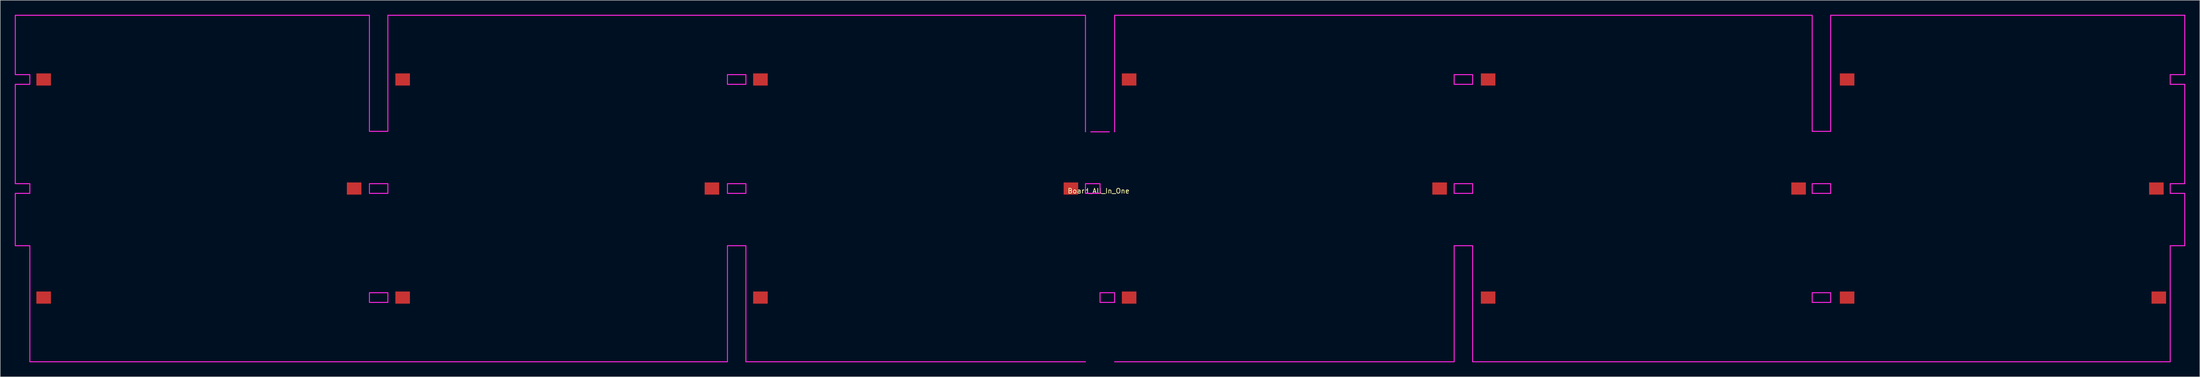
<source format=kicad_pcb>
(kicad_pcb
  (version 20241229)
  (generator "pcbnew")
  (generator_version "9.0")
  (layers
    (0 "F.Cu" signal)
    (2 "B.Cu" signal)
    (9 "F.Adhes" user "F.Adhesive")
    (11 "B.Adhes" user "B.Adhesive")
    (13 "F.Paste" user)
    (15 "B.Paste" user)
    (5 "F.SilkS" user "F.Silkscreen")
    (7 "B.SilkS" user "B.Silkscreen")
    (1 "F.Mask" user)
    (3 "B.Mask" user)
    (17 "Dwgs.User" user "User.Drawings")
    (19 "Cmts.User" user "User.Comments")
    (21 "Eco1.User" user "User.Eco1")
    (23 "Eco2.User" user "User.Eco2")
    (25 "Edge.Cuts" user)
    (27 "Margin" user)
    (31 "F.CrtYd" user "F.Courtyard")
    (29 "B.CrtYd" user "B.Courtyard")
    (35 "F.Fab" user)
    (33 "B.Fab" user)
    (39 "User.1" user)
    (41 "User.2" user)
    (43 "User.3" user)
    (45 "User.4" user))
  (footprint "Board_All_In_One"
    (layer "F.Cu")
    (at 223.7 35.85)
    (property "Reference" "Board_All_In_One" (at -0.3 0.5 0) (layer "F.SilkS") (effects (font (size 1 1) (thickness 0.153))))
    (attr through_hole)
    (fp_line (start -223.6 -35.75) (end -223.6 -23.5) (stroke (width 0.2) (type solid)) (layer "F.CrtYd"))
    (fp_line (start -223.6 -23.5) (end -220.6 -23.5) (stroke (width 0.2) (type solid)) (layer "F.CrtYd"))
    (fp_line (start -223.6 -21.5) (end -223.6 -1) (stroke (width 0.2) (type solid)) (layer "F.CrtYd"))
    (fp_line (start -223.6 -1) (end -220.6 -1) (stroke (width 0.2) (type solid)) (layer "F.CrtYd"))
    (fp_line (start -223.6 1) (end -223.6 11.8) (stroke (width 0.2) (type solid)) (layer "F.CrtYd"))
    (fp_line (start -223.6 11.8) (end -220.6 11.8) (stroke (width 0.2) (type solid)) (layer "F.CrtYd"))
    (fp_line (start -220.6 -23.5) (end -220.6 -21.5) (stroke (width 0.2) (type solid)) (layer "F.CrtYd"))
    (fp_line (start -220.6 -21.5) (end -223.6 -21.5) (stroke (width 0.2) (type solid)) (layer "F.CrtYd"))
    (fp_line (start -220.6 -1) (end -220.6 1) (stroke (width 0.2) (type solid)) (layer "F.CrtYd"))
    (fp_line (start -220.6 1) (end -223.6 1) (stroke (width 0.2) (type solid)) (layer "F.CrtYd"))
    (fp_line (start -220.6 11.8) (end -220.6 35.75) (stroke (width 0.2) (type solid)) (layer "F.CrtYd"))
    (fp_line (start -220.6 35.75) (end -76.8 35.75) (stroke (width 0.2) (type solid)) (layer "F.CrtYd"))
    (fp_line (start -150.6 -35.75) (end -223.6 -35.75) (stroke (width 0.2) (type solid)) (layer "F.CrtYd"))
    (fp_line (start -150.6 -11.8) (end -150.6 -35.75) (stroke (width 0.2) (type solid)) (layer "F.CrtYd"))
    (fp_line (start -150.6 -1) (end -146.8 -1) (stroke (width 0.2) (type solid)) (layer "F.CrtYd"))
    (fp_line (start -150.6 1) (end -150.6 -1) (stroke (width 0.2) (type solid)) (layer "F.CrtYd"))
    (fp_line (start -150.6 21.5) (end -146.8 21.5) (stroke (width 0.2) (type solid)) (layer "F.CrtYd"))
    (fp_line (start -150.6 23.5) (end -150.6 21.5) (stroke (width 0.2) (type solid)) (layer "F.CrtYd"))
    (fp_line (start -146.8 -35.75) (end -146.8 -11.8) (stroke (width 0.2) (type solid)) (layer "F.CrtYd"))
    (fp_line (start -146.8 -11.8) (end -150.6 -11.8) (stroke (width 0.2) (type solid)) (layer "F.CrtYd"))
    (fp_line (start -146.8 -1) (end -146.8 1) (stroke (width 0.2) (type solid)) (layer "F.CrtYd"))
    (fp_line (start -146.8 1) (end -150.6 1) (stroke (width 0.2) (type solid)) (layer "F.CrtYd"))
    (fp_line (start -146.8 21.5) (end -146.8 23.5) (stroke (width 0.2) (type solid)) (layer "F.CrtYd"))
    (fp_line (start -146.8 23.5) (end -150.6 23.5) (stroke (width 0.2) (type solid)) (layer "F.CrtYd"))
    (fp_line (start -76.8 -23.5) (end -73 -23.5) (stroke (width 0.2) (type solid)) (layer "F.CrtYd"))
    (fp_line (start -76.8 -21.5) (end -76.8 -23.5) (stroke (width 0.2) (type solid)) (layer "F.CrtYd"))
    (fp_line (start -76.8 -1) (end -73 -1) (stroke (width 0.2) (type solid)) (layer "F.CrtYd"))
    (fp_line (start -76.8 1) (end -76.8 -1) (stroke (width 0.2) (type solid)) (layer "F.CrtYd"))
    (fp_line (start -76.8 11.8) (end -73 11.8) (stroke (width 0.2) (type solid)) (layer "F.CrtYd"))
    (fp_line (start -76.8 35.75) (end -76.8 11.8) (stroke (width 0.2) (type solid)) (layer "F.CrtYd"))
    (fp_line (start -73 -23.5) (end -73 -21.5) (stroke (width 0.2) (type solid)) (layer "F.CrtYd"))
    (fp_line (start -73 -21.5) (end -76.8 -21.5) (stroke (width 0.2) (type solid)) (layer "F.CrtYd"))
    (fp_line (start -73 -1) (end -73 1) (stroke (width 0.2) (type solid)) (layer "F.CrtYd"))
    (fp_line (start -73 1) (end -76.8 1) (stroke (width 0.2) (type solid)) (layer "F.CrtYd"))
    (fp_line (start -73 11.8) (end -73 35.75) (stroke (width 0.2) (type solid)) (layer "F.CrtYd"))
    (fp_line (start -73 35.75) (end -3 35.75) (stroke (width 0.2) (type solid)) (layer "F.CrtYd"))
    (fp_line (start -3 -35.75) (end -146.8 -35.75) (stroke (width 0.2) (type solid)) (layer "F.CrtYd"))
    (fp_line (start -3 -11.7) (end -3 -35.65) (stroke (width 0.2) (type solid)) (layer "F.CrtYd"))
    (fp_line (start -3 -1) (end 0 -1) (stroke (width 0.2) (type solid)) (layer "F.CrtYd"))
    (fp_line (start -3 1) (end -3 -1) (stroke (width 0.2) (type solid)) (layer "F.CrtYd"))
    (fp_line (start 0 -1) (end 0 1) (stroke (width 0.2) (type solid)) (layer "F.CrtYd"))
    (fp_line (start 0 1) (end -3 1) (stroke (width 0.2) (type solid)) (layer "F.CrtYd"))
    (fp_line (start 0 21.5) (end 3 21.5) (stroke (width 0.2) (type solid)) (layer "F.CrtYd"))
    (fp_line (start 0 23.5) (end 0 21.5) (stroke (width 0.2) (type solid)) (layer "F.CrtYd"))
    (fp_line (start 1.9 -11.7) (end -1.9 -11.7) (stroke (width 0.2) (type solid)) (layer "F.CrtYd"))
    (fp_line (start 3 -35.65) (end 3 -11.7) (stroke (width 0.2) (type solid)) (layer "F.CrtYd"))
    (fp_line (start 3 21.5) (end 3 23.5) (stroke (width 0.2) (type solid)) (layer "F.CrtYd"))
    (fp_line (start 3 23.5) (end 0 23.5) (stroke (width 0.2) (type solid)) (layer "F.CrtYd"))
    (fp_line (start 73 -23.5) (end 76.8 -23.5) (stroke (width 0.2) (type solid)) (layer "F.CrtYd"))
    (fp_line (start 73 -21.5) (end 73 -23.5) (stroke (width 0.2) (type solid)) (layer "F.CrtYd"))
    (fp_line (start 73 -1) (end 76.8 -1) (stroke (width 0.2) (type solid)) (layer "F.CrtYd"))
    (fp_line (start 73 1) (end 73 -1) (stroke (width 0.2) (type solid)) (layer "F.CrtYd"))
    (fp_line (start 73 11.8) (end 76.8 11.8) (stroke (width 0.2) (type solid)) (layer "F.CrtYd"))
    (fp_line (start 73 35.75) (end 3 35.75) (stroke (width 0.2) (type solid)) (layer "F.CrtYd"))
    (fp_line (start 73 35.75) (end 73 11.8) (stroke (width 0.2) (type solid)) (layer "F.CrtYd"))
    (fp_line (start 76.8 -23.5) (end 76.8 -21.5) (stroke (width 0.2) (type solid)) (layer "F.CrtYd"))
    (fp_line (start 76.8 -21.5) (end 73 -21.5) (stroke (width 0.2) (type solid)) (layer "F.CrtYd"))
    (fp_line (start 76.8 -1) (end 76.8 1) (stroke (width 0.2) (type solid)) (layer "F.CrtYd"))
    (fp_line (start 76.8 1) (end 73 1) (stroke (width 0.2) (type solid)) (layer "F.CrtYd"))
    (fp_line (start 76.8 11.8) (end 76.8 35.75) (stroke (width 0.2) (type solid)) (layer "F.CrtYd"))
    (fp_line (start 76.8 35.75) (end 220.6 35.75) (stroke (width 0.2) (type solid)) (layer "F.CrtYd"))
    (fp_line (start 146.8 -35.75) (end 3 -35.75) (stroke (width 0.2) (type solid)) (layer "F.CrtYd"))
    (fp_line (start 146.8 -11.8) (end 146.8 -35.75) (stroke (width 0.2) (type solid)) (layer "F.CrtYd"))
    (fp_line (start 146.8 -1) (end 150.6 -1) (stroke (width 0.2) (type solid)) (layer "F.CrtYd"))
    (fp_line (start 146.8 1) (end 146.8 -1) (stroke (width 0.2) (type solid)) (layer "F.CrtYd"))
    (fp_line (start 146.8 21.5) (end 150.6 21.5) (stroke (width 0.2) (type solid)) (layer "F.CrtYd"))
    (fp_line (start 146.8 23.5) (end 146.8 21.5) (stroke (width 0.2) (type solid)) (layer "F.CrtYd"))
    (fp_line (start 150.6 -35.75) (end 150.6 -11.8) (stroke (width 0.2) (type solid)) (layer "F.CrtYd"))
    (fp_line (start 150.6 -11.8) (end 146.8 -11.8) (stroke (width 0.2) (type solid)) (layer "F.CrtYd"))
    (fp_line (start 150.6 -1) (end 150.6 1) (stroke (width 0.2) (type solid)) (layer "F.CrtYd"))
    (fp_line (start 150.6 1) (end 146.8 1) (stroke (width 0.2) (type solid)) (layer "F.CrtYd"))
    (fp_line (start 150.6 21.5) (end 150.6 23.5) (stroke (width 0.2) (type solid)) (layer "F.CrtYd"))
    (fp_line (start 150.6 23.5) (end 146.8 23.5) (stroke (width 0.2) (type solid)) (layer "F.CrtYd"))
    (fp_line (start 220.6 -23.5) (end 223.6 -23.5) (stroke (width 0.2) (type solid)) (layer "F.CrtYd"))
    (fp_line (start 220.6 -21.5) (end 220.6 -23.5) (stroke (width 0.2) (type solid)) (layer "F.CrtYd"))
    (fp_line (start 220.6 -1) (end 223.6 -1) (stroke (width 0.2) (type solid)) (layer "F.CrtYd"))
    (fp_line (start 220.6 1) (end 220.6 -1) (stroke (width 0.2) (type solid)) (layer "F.CrtYd"))
    (fp_line (start 220.6 11.8) (end 223.6 11.8) (stroke (width 0.2) (type solid)) (layer "F.CrtYd"))
    (fp_line (start 220.6 35.75) (end 220.6 11.8) (stroke (width 0.2) (type solid)) (layer "F.CrtYd"))
    (fp_line (start 223.6 -35.75) (end 150.6 -35.75) (stroke (width 0.2) (type solid)) (layer "F.CrtYd"))
    (fp_line (start 223.6 -23.5) (end 223.6 -35.75) (stroke (width 0.2) (type solid)) (layer "F.CrtYd"))
    (fp_line (start 223.6 -21.5) (end 220.6 -21.5) (stroke (width 0.2) (type solid)) (layer "F.CrtYd"))
    (fp_line (start 223.6 -1) (end 223.6 -21.5) (stroke (width 0.2) (type solid)) (layer "F.CrtYd"))
    (fp_line (start 223.6 1) (end 220.6 1) (stroke (width 0.2) (type solid)) (layer "F.CrtYd"))
    (fp_line (start 223.6 11.8) (end 223.6 1) (stroke (width 0.2) (type solid)) (layer "F.CrtYd"))
    (pad "1" smd rect (at -217.75 22.5 90) (size 2.5 3) (layers "F.Cu" "F.Mask" "F.Paste"))
    (pad "2" smd rect (at -153.75 0 90) (size 2.5 3) (layers "F.Cu" "F.Mask" "F.Paste"))
    (pad "3" smd rect (at -217.75 -22.5 90) (size 2.5 3) (layers "F.Cu" "F.Mask" "F.Paste"))
    (pad "4" smd rect (at -143.75 -22.5 90) (size 2.5 3) (layers "F.Cu" "F.Mask" "F.Paste"))
    (pad "5" smd rect (at -80 0 90) (size 2.5 3) (layers "F.Cu" "F.Mask" "F.Paste"))
    (pad "6" smd rect (at -143.75 22.5 270) (size 2.5 3) (layers "F.Cu" "F.Mask" "F.Paste"))
    (pad "7" smd rect (at -70 22.5 90) (size 2.5 3) (layers "F.Cu" "F.Mask" "F.Paste"))
    (pad "8" smd rect (at -6 0 90) (size 2.5 3) (layers "F.Cu" "F.Mask" "F.Paste"))
    (pad "9" smd rect (at -70 -22.5 90) (size 2.5 3) (layers "F.Cu" "F.Mask" "F.Paste"))
    (pad "10" smd rect (at 6 -22.5 90) (size 2.5 3) (layers "F.Cu" "F.Mask" "F.Paste"))
    (pad "11" smd rect (at 70 0 90) (size 2.5 3) (layers "F.Cu" "F.Mask" "F.Paste"))
    (pad "12" smd rect (at 6 22.5 90) (size 2.5 3) (layers "F.Cu" "F.Mask" "F.Paste"))
    (pad "13" smd rect (at 80 22.5 90) (size 2.5 3) (layers "F.Cu" "F.Mask" "F.Paste"))
    (pad "14" smd rect (at 144 0 90) (size 2.5 3) (layers "F.Cu" "F.Mask" "F.Paste"))
    (pad "15" smd rect (at 80 -22.5 90) (size 2.5 3) (layers "F.Cu" "F.Mask" "F.Paste"))
    (pad "16" smd rect (at 154 -22.5 90) (size 2.5 3) (layers "F.Cu" "F.Mask" "F.Paste"))
    (pad "17" smd rect (at 217.75 0 90) (size 2.5 3) (layers "F.Cu" "F.Mask" "F.Paste"))
    (pad "18" smd rect (at 154 22.5 90) (size 2.5 3) (layers "F.Cu" "F.Mask" "F.Paste"))
    (pad "19" smd rect (at 218.25 22.5 90) (size 2.5 3) (layers "F.Cu" "F.Mask" "F.Paste")))
  (gr_rect
    (start -3 -3)
    (end 450.4 74.7)
    (stroke (width 0.1) (type default))
    (fill no)
    (layer "Edge.Cuts")))
</source>
